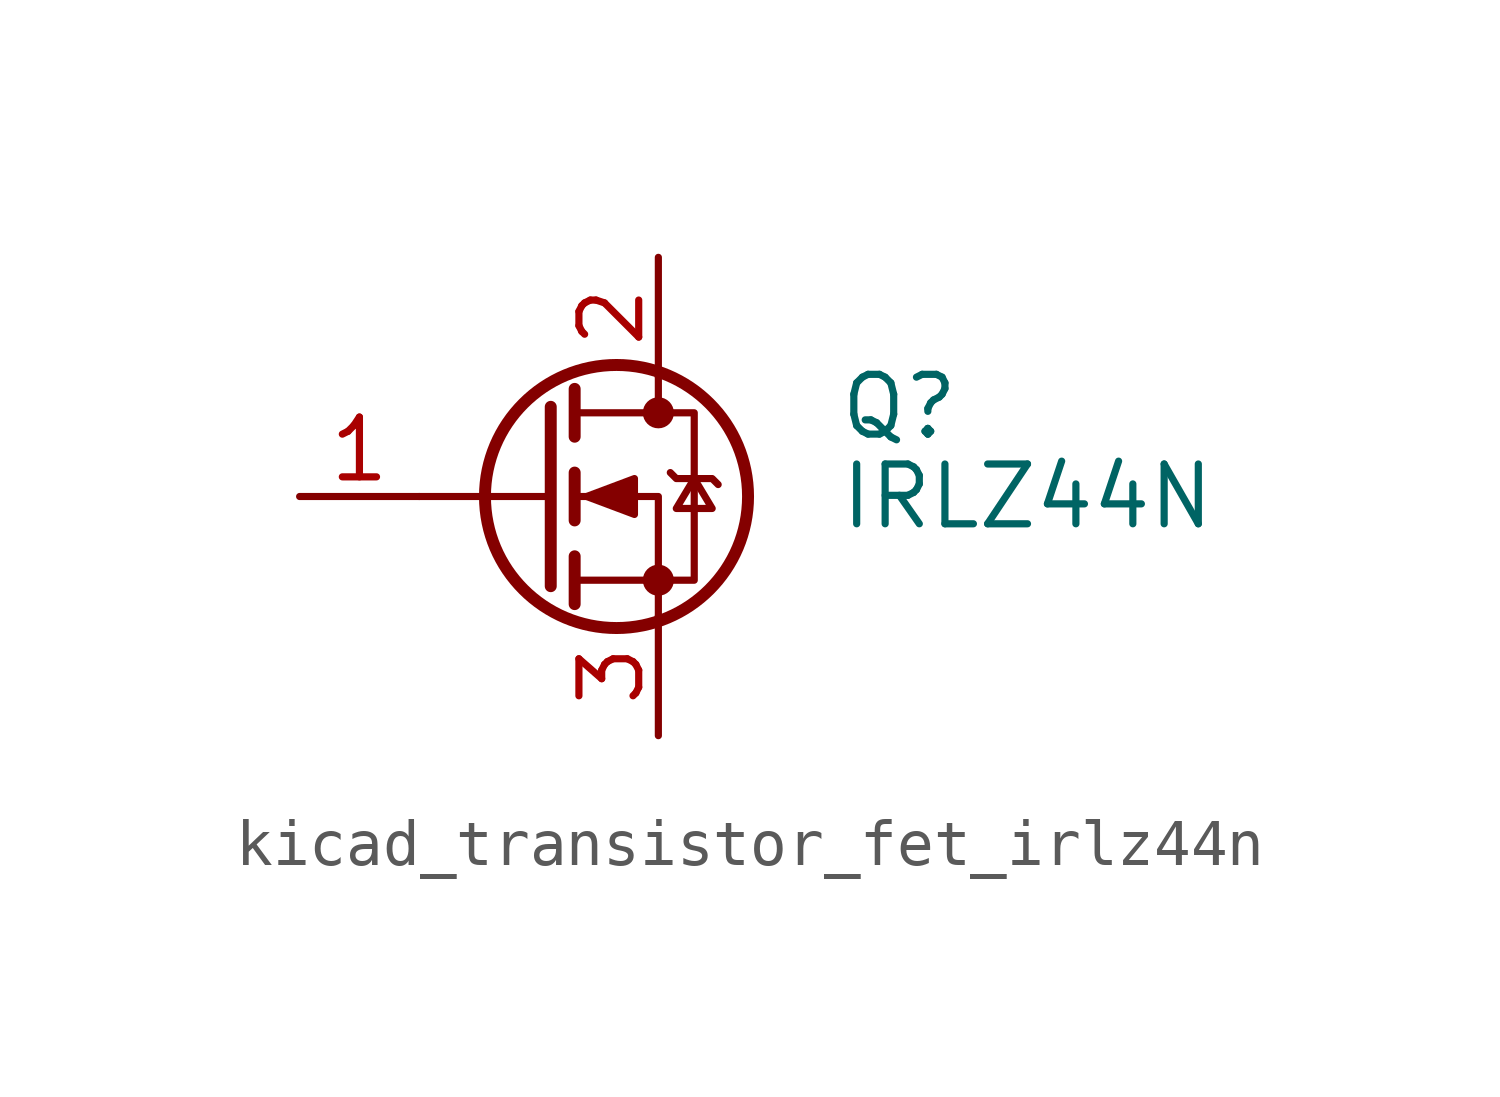
<source format=kicad_sym>
(kicad_symbol_lib
  (version 20220914)
  (generator kicad_symbol_editor)
  (symbol "kicad_transistor_fet_irlz44n"
    (pin_names hide)
    (property "Reference" "Q"
      (at 6.35 1.905 0)
      (effects (font (size 1.27 1.27)) (justify left)))
    (property "Value" "IRLZ44N"
      (at 6.35 0 0)
      (effects (font (size 1.27 1.27)) (justify left)))
    (symbol "kicad_transistor_fet_irlz44n_0_1"
      (polyline (pts (xy 0.254 0) (xy -2.54 0)) (stroke (width 0) (type default)) (fill (type none)))
      (polyline (pts (xy 0.254 1.905) (xy 0.254 -1.905)) (stroke (width 0.254) (type default)) (fill (type none)))
      (polyline (pts (xy 0.762 -1.27) (xy 0.762 -2.286)) (stroke (width 0.254) (type default)) (fill (type none)))
      (polyline (pts (xy 0.762 0.508) (xy 0.762 -0.508)) (stroke (width 0.254) (type default)) (fill (type none)))
      (polyline (pts (xy 0.762 2.286) (xy 0.762 1.27)) (stroke (width 0.254) (type default)) (fill (type none)))
      (polyline (pts (xy 2.54 2.54) (xy 2.54 1.778)) (stroke (width 0) (type default)) (fill (type none)))
      (polyline (pts (xy 2.54 -2.54) (xy 2.54 0) (xy 0.762 0)) (stroke (width 0) (type default)) (fill (type none)))
      (polyline (pts (xy 0.762 -1.778) (xy 3.302 -1.778) (xy 3.302 1.778) (xy 0.762 1.778)) (stroke (width 0) (type default)) (fill (type none)))
      (polyline (pts (xy 1.016 0) (xy 2.032 0.381) (xy 2.032 -0.381) (xy 1.016 0)) (stroke (width 0) (type default)) (fill (type outline)))
      (polyline (pts (xy 2.794 0.508) (xy 2.921 0.381) (xy 3.683 0.381) (xy 3.81 0.254)) (stroke (width 0) (type default)) (fill (type none)))
      (polyline (pts (xy 3.302 0.381) (xy 2.921 -0.254) (xy 3.683 -0.254) (xy 3.302 0.381)) (stroke (width 0) (type default)) (fill (type none)))
      (circle (center 1.651 0) (radius 2.794) (stroke (width 0.254) (type default)) (fill (type none)))
      (circle (center 2.54 -1.778) (radius 0.254) (stroke (width 0) (type default)) (fill (type outline)))
      (circle (center 2.54 1.778) (radius 0.254) (stroke (width 0) (type default)) (fill (type outline))))
    (symbol "kicad_transistor_fet_irlz44n_1_1"
      (pin input line (at -5.08 0 0) (length 2.54) (name "G" (effects (font (size 1.27 1.27)))) (number "1" (effects (font (size 1.27 1.27)))))
      (pin passive line (at 2.54 5.08 270) (length 2.54) (name "D" (effects (font (size 1.27 1.27)))) (number "2" (effects (font (size 1.27 1.27)))))
      (pin passive line (at 2.54 -5.08 90) (length 2.54) (name "S" (effects (font (size 1.27 1.27)))) (number "3" (effects (font (size 1.27 1.27))))))))
</source>
